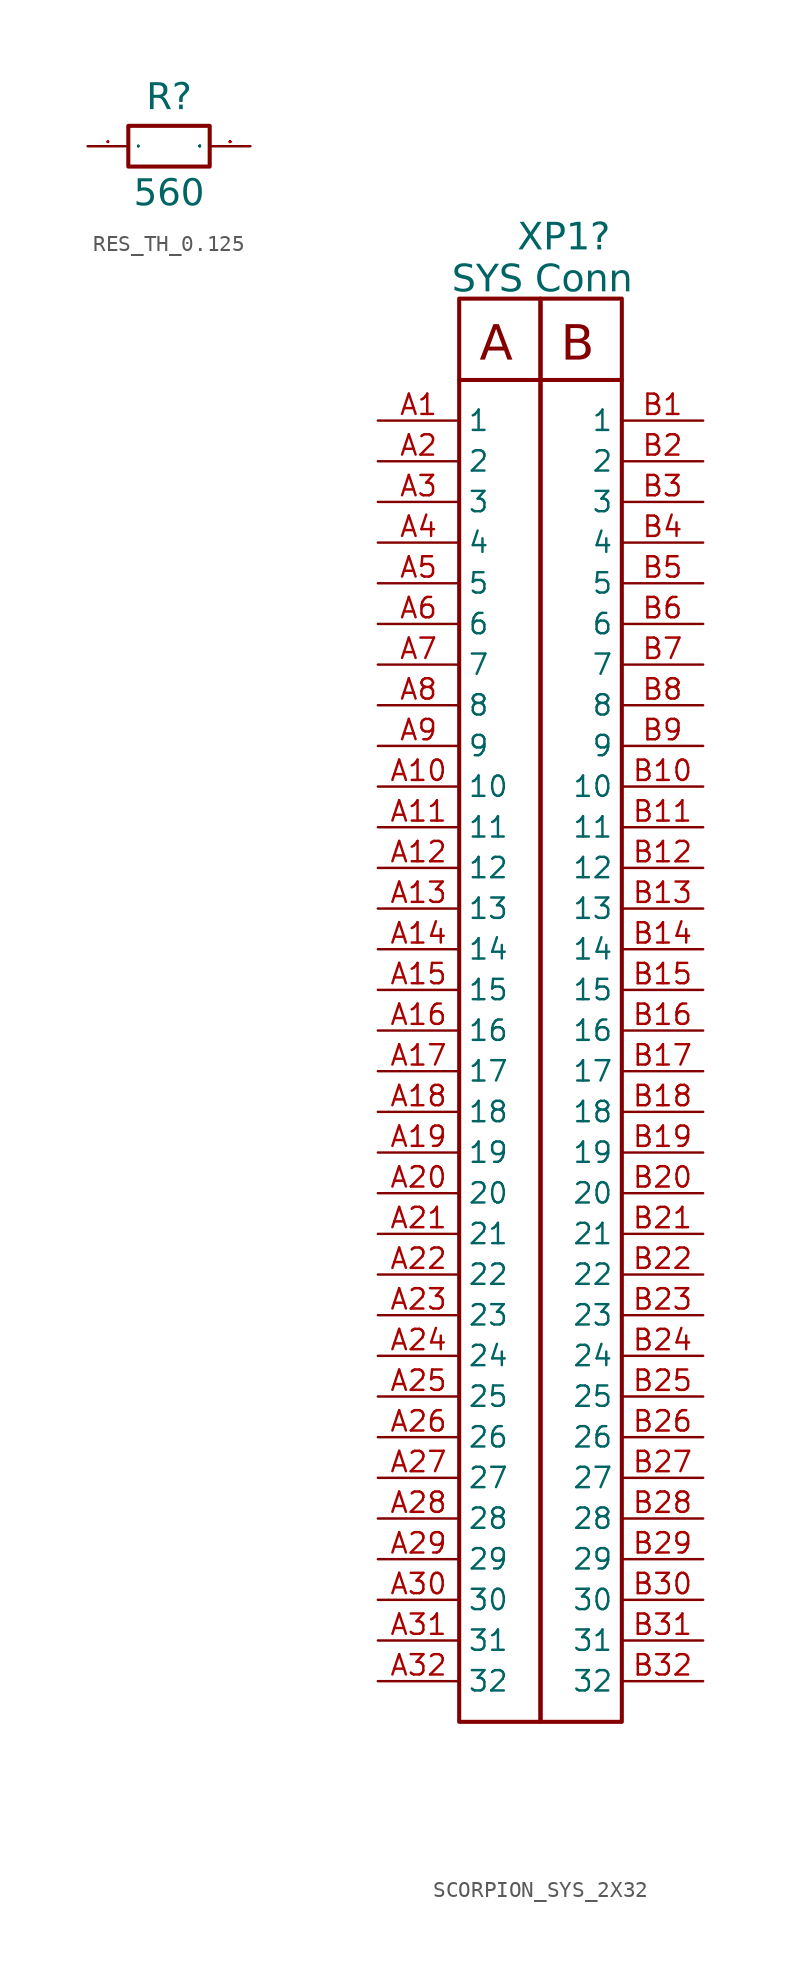
<source format=kicad_sym>
(kicad_symbol_lib
  (version 20241209)
  (generator "kicad_symbol_editor")
  (generator_version "9.0")
  (symbol "RES_TH_0.125"
    (property "Reference" "R"
      (at 0 2.032 0)
      (do_not_autoplace)
      (effects (font (face "Input Sans Condensed") (size 1.651 1.651)) (justify bottom)))
    (property "Value" "560"
      (at 0 -2.032 0)
      (do_not_autoplace)
      (effects (font (face "Input Sans Condensed") (size 1.651 1.651)) (justify top)))
    (symbol "RES_TH_0.125_0_0"
      (rectangle (start -2.54 1.27) (end 2.54 -1.27) (stroke (width 0.254) (type solid)) (fill (type none))))
    (symbol "RES_TH_0.125_1_0"
      (pin passive line (at -5.08 0 0) (length 2.54) (name "1" (effects (font (size 0.025 0.025)))) (number "1" (effects (font (size 0.025 0.025)))))
      (pin passive line (at 5.08 0 180) (length 2.54) (name "2" (effects (font (size 0.025 0.025)))) (number "2" (effects (font (size 0.025 0.025)))))))
  (symbol "SCORPION_SYS_2X32"
    (property "Reference" "XP1"
      (at 8.712 12.383 0)
      (effects (font (face "Input Sans Condensed") (size 1.689 1.689)) (justify left top)))
    (property "Value" "SYS Conn"
      (at 4.623 9.766 0)
      (effects (font (face "Input Sans Condensed") (size 1.689 1.689)) (justify left top)))
    (symbol "SCORPION_SYS_2X32_0_0"
      (rectangle (start 5.08 7.62) (end 10.16 -81.28) (stroke (width 0.254) (type solid)) (fill (type none)))
      (polyline (pts (xy 5.08 2.54) (xy 15.24 2.54)) (stroke (width 0.254) (type solid)) (fill (type none)))
      (rectangle (start 10.16 7.62) (end 15.24 -81.28) (stroke (width 0.254) (type solid)) (fill (type none)))
      (text "A" (at 6.35 5.982 0) (effects (font (face "Input Sans Condensed") (size 2.172 2.172)) (justify left top)))
      (text "B" (at 11.43 5.982 0) (effects (font (face "Input Sans Condensed") (size 2.172 2.172)) (justify left top))))
    (symbol "SCORPION_SYS_2X32_1_0"
      (pin passive line (at 0 0 0) (length 5.08) (name "1" (effects (font (size 1.27 1.27)))) (number "A1" (effects (font (size 1.27 1.27)))))
      (pin passive line (at 0 -2.54 0) (length 5.08) (name "2" (effects (font (size 1.27 1.27)))) (number "A2" (effects (font (size 1.27 1.27)))))
      (pin passive line (at 0 -5.08 0) (length 5.08) (name "3" (effects (font (size 1.27 1.27)))) (number "A3" (effects (font (size 1.27 1.27)))))
      (pin passive line (at 0 -7.62 0) (length 5.08) (name "4" (effects (font (size 1.27 1.27)))) (number "A4" (effects (font (size 1.27 1.27)))))
      (pin passive line (at 0 -10.16 0) (length 5.08) (name "5" (effects (font (size 1.27 1.27)))) (number "A5" (effects (font (size 1.27 1.27)))))
      (pin passive line (at 0 -12.7 0) (length 5.08) (name "6" (effects (font (size 1.27 1.27)))) (number "A6" (effects (font (size 1.27 1.27)))))
      (pin passive line (at 0 -15.24 0) (length 5.08) (name "7" (effects (font (size 1.27 1.27)))) (number "A7" (effects (font (size 1.27 1.27)))))
      (pin passive line (at 0 -17.78 0) (length 5.08) (name "8" (effects (font (size 1.27 1.27)))) (number "A8" (effects (font (size 1.27 1.27)))))
      (pin passive line (at 0 -20.32 0) (length 5.08) (name "9" (effects (font (size 1.27 1.27)))) (number "A9" (effects (font (size 1.27 1.27)))))
      (pin passive line (at 0 -22.86 0) (length 5.08) (name "10" (effects (font (size 1.27 1.27)))) (number "A10" (effects (font (size 1.27 1.27)))))
      (pin passive line (at 0 -25.4 0) (length 5.08) (name "11" (effects (font (size 1.27 1.27)))) (number "A11" (effects (font (size 1.27 1.27)))))
      (pin passive line (at 0 -27.94 0) (length 5.08) (name "12" (effects (font (size 1.27 1.27)))) (number "A12" (effects (font (size 1.27 1.27)))))
      (pin passive line (at 0 -30.48 0) (length 5.08) (name "13" (effects (font (size 1.27 1.27)))) (number "A13" (effects (font (size 1.27 1.27)))))
      (pin passive line (at 0 -33.02 0) (length 5.08) (name "14" (effects (font (size 1.27 1.27)))) (number "A14" (effects (font (size 1.27 1.27)))))
      (pin passive line (at 0 -35.56 0) (length 5.08) (name "15" (effects (font (size 1.27 1.27)))) (number "A15" (effects (font (size 1.27 1.27)))))
      (pin passive line (at 0 -38.1 0) (length 5.08) (name "16" (effects (font (size 1.27 1.27)))) (number "A16" (effects (font (size 1.27 1.27)))))
      (pin passive line (at 0 -40.64 0) (length 5.08) (name "17" (effects (font (size 1.27 1.27)))) (number "A17" (effects (font (size 1.27 1.27)))))
      (pin passive line (at 0 -43.18 0) (length 5.08) (name "18" (effects (font (size 1.27 1.27)))) (number "A18" (effects (font (size 1.27 1.27)))))
      (pin passive line (at 0 -45.72 0) (length 5.08) (name "19" (effects (font (size 1.27 1.27)))) (number "A19" (effects (font (size 1.27 1.27)))))
      (pin passive line (at 0 -48.26 0) (length 5.08) (name "20" (effects (font (size 1.27 1.27)))) (number "A20" (effects (font (size 1.27 1.27)))))
      (pin passive line (at 0 -50.8 0) (length 5.08) (name "21" (effects (font (size 1.27 1.27)))) (number "A21" (effects (font (size 1.27 1.27)))))
      (pin passive line (at 0 -53.34 0) (length 5.08) (name "22" (effects (font (size 1.27 1.27)))) (number "A22" (effects (font (size 1.27 1.27)))))
      (pin passive line (at 0 -55.88 0) (length 5.08) (name "23" (effects (font (size 1.27 1.27)))) (number "A23" (effects (font (size 1.27 1.27)))))
      (pin passive line (at 0 -58.42 0) (length 5.08) (name "24" (effects (font (size 1.27 1.27)))) (number "A24" (effects (font (size 1.27 1.27)))))
      (pin passive line (at 0 -60.96 0) (length 5.08) (name "25" (effects (font (size 1.27 1.27)))) (number "A25" (effects (font (size 1.27 1.27)))))
      (pin passive line (at 0 -63.5 0) (length 5.08) (name "26" (effects (font (size 1.27 1.27)))) (number "A26" (effects (font (size 1.27 1.27)))))
      (pin passive line (at 0 -66.04 0) (length 5.08) (name "27" (effects (font (size 1.27 1.27)))) (number "A27" (effects (font (size 1.27 1.27)))))
      (pin passive line (at 0 -68.58 0) (length 5.08) (name "28" (effects (font (size 1.27 1.27)))) (number "A28" (effects (font (size 1.27 1.27)))))
      (pin passive line (at 0 -71.12 0) (length 5.08) (name "29" (effects (font (size 1.27 1.27)))) (number "A29" (effects (font (size 1.27 1.27)))))
      (pin passive line (at 0 -73.66 0) (length 5.08) (name "30" (effects (font (size 1.27 1.27)))) (number "A30" (effects (font (size 1.27 1.27)))))
      (pin passive line (at 0 -76.2 0) (length 5.08) (name "31" (effects (font (size 1.27 1.27)))) (number "A31" (effects (font (size 1.27 1.27)))))
      (pin passive line (at 0 -78.74 0) (length 5.08) (name "32" (effects (font (size 1.27 1.27)))) (number "A32" (effects (font (size 1.27 1.27)))))
      (pin passive line (at 20.32 0 180) (length 5.08) (name "1" (effects (font (size 1.27 1.27)))) (number "B1" (effects (font (size 1.27 1.27)))))
      (pin passive line (at 20.32 -2.54 180) (length 5.08) (name "2" (effects (font (size 1.27 1.27)))) (number "B2" (effects (font (size 1.27 1.27)))))
      (pin passive line (at 20.32 -5.08 180) (length 5.08) (name "3" (effects (font (size 1.27 1.27)))) (number "B3" (effects (font (size 1.27 1.27)))))
      (pin passive line (at 20.32 -7.62 180) (length 5.08) (name "4" (effects (font (size 1.27 1.27)))) (number "B4" (effects (font (size 1.27 1.27)))))
      (pin passive line (at 20.32 -10.16 180) (length 5.08) (name "5" (effects (font (size 1.27 1.27)))) (number "B5" (effects (font (size 1.27 1.27)))))
      (pin passive line (at 20.32 -12.7 180) (length 5.08) (name "6" (effects (font (size 1.27 1.27)))) (number "B6" (effects (font (size 1.27 1.27)))))
      (pin passive line (at 20.32 -15.24 180) (length 5.08) (name "7" (effects (font (size 1.27 1.27)))) (number "B7" (effects (font (size 1.27 1.27)))))
      (pin passive line (at 20.32 -17.78 180) (length 5.08) (name "8" (effects (font (size 1.27 1.27)))) (number "B8" (effects (font (size 1.27 1.27)))))
      (pin passive line (at 20.32 -20.32 180) (length 5.08) (name "9" (effects (font (size 1.27 1.27)))) (number "B9" (effects (font (size 1.27 1.27)))))
      (pin passive line (at 20.32 -22.86 180) (length 5.08) (name "10" (effects (font (size 1.27 1.27)))) (number "B10" (effects (font (size 1.27 1.27)))))
      (pin passive line (at 20.32 -25.4 180) (length 5.08) (name "11" (effects (font (size 1.27 1.27)))) (number "B11" (effects (font (size 1.27 1.27)))))
      (pin passive line (at 20.32 -27.94 180) (length 5.08) (name "12" (effects (font (size 1.27 1.27)))) (number "B12" (effects (font (size 1.27 1.27)))))
      (pin passive line (at 20.32 -30.48 180) (length 5.08) (name "13" (effects (font (size 1.27 1.27)))) (number "B13" (effects (font (size 1.27 1.27)))))
      (pin passive line (at 20.32 -33.02 180) (length 5.08) (name "14" (effects (font (size 1.27 1.27)))) (number "B14" (effects (font (size 1.27 1.27)))))
      (pin passive line (at 20.32 -35.56 180) (length 5.08) (name "15" (effects (font (size 1.27 1.27)))) (number "B15" (effects (font (size 1.27 1.27)))))
      (pin passive line (at 20.32 -38.1 180) (length 5.08) (name "16" (effects (font (size 1.27 1.27)))) (number "B16" (effects (font (size 1.27 1.27)))))
      (pin passive line (at 20.32 -40.64 180) (length 5.08) (name "17" (effects (font (size 1.27 1.27)))) (number "B17" (effects (font (size 1.27 1.27)))))
      (pin passive line (at 20.32 -43.18 180) (length 5.08) (name "18" (effects (font (size 1.27 1.27)))) (number "B18" (effects (font (size 1.27 1.27)))))
      (pin passive line (at 20.32 -45.72 180) (length 5.08) (name "19" (effects (font (size 1.27 1.27)))) (number "B19" (effects (font (size 1.27 1.27)))))
      (pin passive line (at 20.32 -48.26 180) (length 5.08) (name "20" (effects (font (size 1.27 1.27)))) (number "B20" (effects (font (size 1.27 1.27)))))
      (pin passive line (at 20.32 -50.8 180) (length 5.08) (name "21" (effects (font (size 1.27 1.27)))) (number "B21" (effects (font (size 1.27 1.27)))))
      (pin passive line (at 20.32 -53.34 180) (length 5.08) (name "22" (effects (font (size 1.27 1.27)))) (number "B22" (effects (font (size 1.27 1.27)))))
      (pin passive line (at 20.32 -55.88 180) (length 5.08) (name "23" (effects (font (size 1.27 1.27)))) (number "B23" (effects (font (size 1.27 1.27)))))
      (pin passive line (at 20.32 -58.42 180) (length 5.08) (name "24" (effects (font (size 1.27 1.27)))) (number "B24" (effects (font (size 1.27 1.27)))))
      (pin passive line (at 20.32 -60.96 180) (length 5.08) (name "25" (effects (font (size 1.27 1.27)))) (number "B25" (effects (font (size 1.27 1.27)))))
      (pin passive line (at 20.32 -63.5 180) (length 5.08) (name "26" (effects (font (size 1.27 1.27)))) (number "B26" (effects (font (size 1.27 1.27)))))
      (pin passive line (at 20.32 -66.04 180) (length 5.08) (name "27" (effects (font (size 1.27 1.27)))) (number "B27" (effects (font (size 1.27 1.27)))))
      (pin passive line (at 20.32 -68.58 180) (length 5.08) (name "28" (effects (font (size 1.27 1.27)))) (number "B28" (effects (font (size 1.27 1.27)))))
      (pin passive line (at 20.32 -71.12 180) (length 5.08) (name "29" (effects (font (size 1.27 1.27)))) (number "B29" (effects (font (size 1.27 1.27)))))
      (pin passive line (at 20.32 -73.66 180) (length 5.08) (name "30" (effects (font (size 1.27 1.27)))) (number "B30" (effects (font (size 1.27 1.27)))))
      (pin passive line (at 20.32 -76.2 180) (length 5.08) (name "31" (effects (font (size 1.27 1.27)))) (number "B31" (effects (font (size 1.27 1.27)))))
      (pin passive line (at 20.32 -78.74 180) (length 5.08) (name "32" (effects (font (size 1.27 1.27)))) (number "B32" (effects (font (size 1.27 1.27))))))))
</source>
